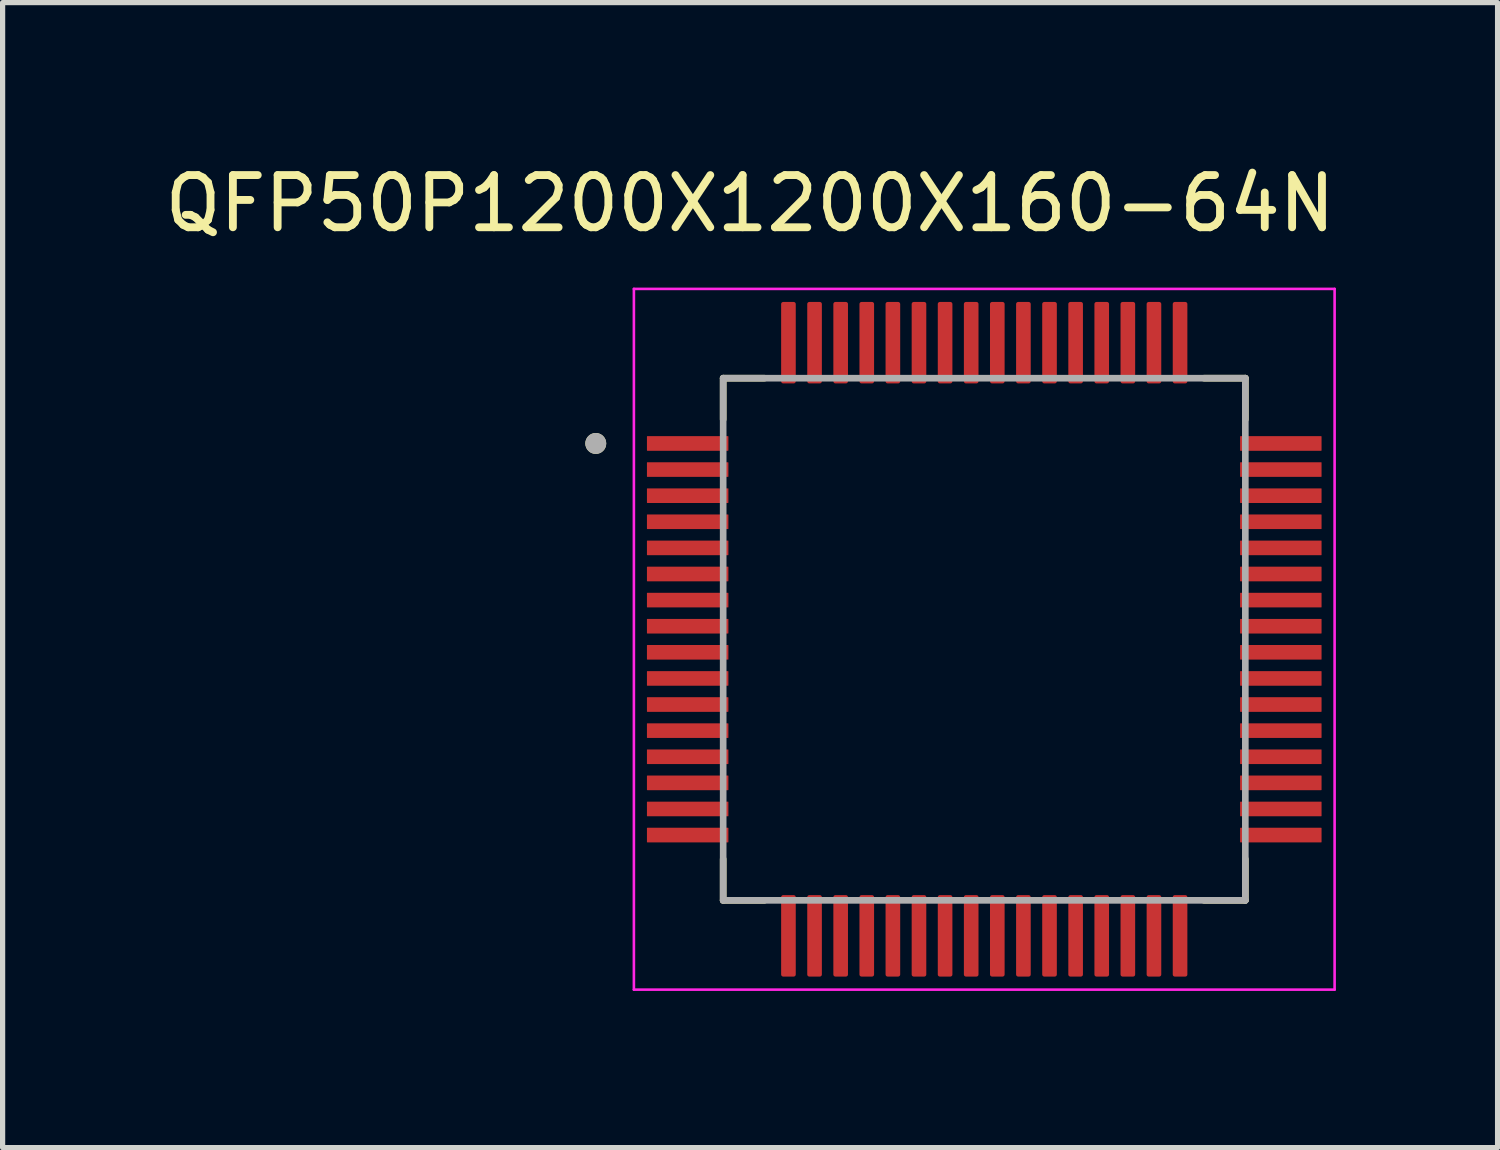
<source format=kicad_pcb>
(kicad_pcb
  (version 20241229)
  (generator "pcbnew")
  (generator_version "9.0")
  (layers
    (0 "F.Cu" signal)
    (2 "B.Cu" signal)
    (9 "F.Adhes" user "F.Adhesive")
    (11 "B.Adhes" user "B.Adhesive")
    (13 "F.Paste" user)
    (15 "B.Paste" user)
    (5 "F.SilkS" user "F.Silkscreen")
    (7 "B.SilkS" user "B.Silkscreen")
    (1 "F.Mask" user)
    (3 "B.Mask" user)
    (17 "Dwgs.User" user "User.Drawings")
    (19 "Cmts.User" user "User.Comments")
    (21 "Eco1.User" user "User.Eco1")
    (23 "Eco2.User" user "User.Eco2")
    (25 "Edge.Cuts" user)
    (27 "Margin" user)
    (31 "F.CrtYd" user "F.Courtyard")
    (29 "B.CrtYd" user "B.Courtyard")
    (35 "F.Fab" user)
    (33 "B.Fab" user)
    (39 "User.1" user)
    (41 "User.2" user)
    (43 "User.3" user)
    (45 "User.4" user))
  (footprint "QFP50P1200X1200X160-64N"
    (layer "F.Cu")
    (at 15.8 9.193)
    (property "Reference" "QFP50P1200X1200X160-64N" (at -4.485 -8.345 0) (layer "F.SilkS") (effects (font (size 1 1) (thickness 0.15))))
    (attr smd)
    (fp_line (start -5 -5) (end -5 -4.21) (stroke (width 0.127) (type solid)) (layer "F.SilkS"))
    (fp_line (start -5 -5) (end -4.21 -5) (stroke (width 0.127) (type solid)) (layer "F.SilkS"))
    (fp_line (start -5 5) (end -5 4.21) (stroke (width 0.127) (type solid)) (layer "F.SilkS"))
    (fp_line (start -5 5) (end -4.21 5) (stroke (width 0.127) (type solid)) (layer "F.SilkS"))
    (fp_line (start 5 -5) (end 4.21 -5) (stroke (width 0.127) (type solid)) (layer "F.SilkS"))
    (fp_line (start 5 -5) (end 5 -4.21) (stroke (width 0.127) (type solid)) (layer "F.SilkS"))
    (fp_line (start 5 5) (end 4.21 5) (stroke (width 0.127) (type solid)) (layer "F.SilkS"))
    (fp_line (start 5 5) (end 5 4.21) (stroke (width 0.127) (type solid)) (layer "F.SilkS"))
    (fp_circle (center -7.44 -3.75) (end -7.34 -3.75) (stroke (width 0.2) (type solid)) (fill no) (layer "F.SilkS"))
    (fp_line (start -6.71 -6.71) (end 6.71 -6.71) (stroke (width 0.05) (type solid)) (layer "F.CrtYd"))
    (fp_line (start -6.71 6.71) (end -6.71 -6.71) (stroke (width 0.05) (type solid)) (layer "F.CrtYd"))
    (fp_line (start -6.71 6.71) (end 6.71 6.71) (stroke (width 0.05) (type solid)) (layer "F.CrtYd"))
    (fp_line (start 6.71 6.71) (end 6.71 -6.71) (stroke (width 0.05) (type solid)) (layer "F.CrtYd"))
    (fp_line (start -5 5) (end -5 -5) (stroke (width 0.127) (type solid)) (layer "F.Fab"))
    (fp_line (start 5 -5) (end -5 -5) (stroke (width 0.127) (type solid)) (layer "F.Fab"))
    (fp_line (start 5 5) (end -5 5) (stroke (width 0.127) (type solid)) (layer "F.Fab"))
    (fp_line (start 5 5) (end 5 -5) (stroke (width 0.127) (type solid)) (layer "F.Fab"))
    (fp_circle (center -7.44 -3.75) (end -7.34 -3.75) (stroke (width 0.2) (type solid)) (fill no) (layer "F.Fab"))
    (pad "1" smd roundrect (at -5.68 -3.75) (size 1.56 0.28) (layers "F.Cu" "F.Mask" "F.Paste") (roundrect_rratio 0.03))
    (pad "2" smd roundrect (at -5.68 -3.25) (size 1.56 0.28) (layers "F.Cu" "F.Mask" "F.Paste") (roundrect_rratio 0.03))
    (pad "3" smd roundrect (at -5.68 -2.75) (size 1.56 0.28) (layers "F.Cu" "F.Mask" "F.Paste") (roundrect_rratio 0.03))
    (pad "4" smd roundrect (at -5.68 -2.25) (size 1.56 0.28) (layers "F.Cu" "F.Mask" "F.Paste") (roundrect_rratio 0.03))
    (pad "5" smd roundrect (at -5.68 -1.75) (size 1.56 0.28) (layers "F.Cu" "F.Mask" "F.Paste") (roundrect_rratio 0.03))
    (pad "6" smd roundrect (at -5.68 -1.25) (size 1.56 0.28) (layers "F.Cu" "F.Mask" "F.Paste") (roundrect_rratio 0.03))
    (pad "7" smd roundrect (at -5.68 -0.75) (size 1.56 0.28) (layers "F.Cu" "F.Mask" "F.Paste") (roundrect_rratio 0.03))
    (pad "8" smd roundrect (at -5.68 -0.25) (size 1.56 0.28) (layers "F.Cu" "F.Mask" "F.Paste") (roundrect_rratio 0.03))
    (pad "9" smd roundrect (at -5.68 0.25) (size 1.56 0.28) (layers "F.Cu" "F.Mask" "F.Paste") (roundrect_rratio 0.03))
    (pad "10" smd roundrect (at -5.68 0.75) (size 1.56 0.28) (layers "F.Cu" "F.Mask" "F.Paste") (roundrect_rratio 0.03))
    (pad "11" smd roundrect (at -5.68 1.25) (size 1.56 0.28) (layers "F.Cu" "F.Mask" "F.Paste") (roundrect_rratio 0.03))
    (pad "12" smd roundrect (at -5.68 1.75) (size 1.56 0.28) (layers "F.Cu" "F.Mask" "F.Paste") (roundrect_rratio 0.03))
    (pad "13" smd roundrect (at -5.68 2.25) (size 1.56 0.28) (layers "F.Cu" "F.Mask" "F.Paste") (roundrect_rratio 0.03))
    (pad "14" smd roundrect (at -5.68 2.75) (size 1.56 0.28) (layers "F.Cu" "F.Mask" "F.Paste") (roundrect_rratio 0.03))
    (pad "15" smd roundrect (at -5.68 3.25) (size 1.56 0.28) (layers "F.Cu" "F.Mask" "F.Paste") (roundrect_rratio 0.03))
    (pad "16" smd roundrect (at -5.68 3.75) (size 1.56 0.28) (layers "F.Cu" "F.Mask" "F.Paste") (roundrect_rratio 0.03))
    (pad "17" smd roundrect (at -3.75 5.68) (size 0.28 1.56) (layers "F.Cu" "F.Mask" "F.Paste") (roundrect_rratio 0.14))
    (pad "18" smd roundrect (at -3.25 5.68) (size 0.28 1.56) (layers "F.Cu" "F.Mask" "F.Paste") (roundrect_rratio 0.14))
    (pad "19" smd roundrect (at -2.75 5.68) (size 0.28 1.56) (layers "F.Cu" "F.Mask" "F.Paste") (roundrect_rratio 0.14))
    (pad "20" smd roundrect (at -2.25 5.68) (size 0.28 1.56) (layers "F.Cu" "F.Mask" "F.Paste") (roundrect_rratio 0.14))
    (pad "21" smd roundrect (at -1.75 5.68) (size 0.28 1.56) (layers "F.Cu" "F.Mask" "F.Paste") (roundrect_rratio 0.14))
    (pad "22" smd roundrect (at -1.25 5.68) (size 0.28 1.56) (layers "F.Cu" "F.Mask" "F.Paste") (roundrect_rratio 0.14))
    (pad "23" smd roundrect (at -0.75 5.68) (size 0.28 1.56) (layers "F.Cu" "F.Mask" "F.Paste") (roundrect_rratio 0.14))
    (pad "24" smd roundrect (at -0.25 5.68) (size 0.28 1.56) (layers "F.Cu" "F.Mask" "F.Paste") (roundrect_rratio 0.14))
    (pad "25" smd roundrect (at 0.25 5.68) (size 0.28 1.56) (layers "F.Cu" "F.Mask" "F.Paste") (roundrect_rratio 0.14))
    (pad "26" smd roundrect (at 0.75 5.68) (size 0.28 1.56) (layers "F.Cu" "F.Mask" "F.Paste") (roundrect_rratio 0.14))
    (pad "27" smd roundrect (at 1.25 5.68) (size 0.28 1.56) (layers "F.Cu" "F.Mask" "F.Paste") (roundrect_rratio 0.14))
    (pad "28" smd roundrect (at 1.75 5.68) (size 0.28 1.56) (layers "F.Cu" "F.Mask" "F.Paste") (roundrect_rratio 0.14))
    (pad "29" smd roundrect (at 2.25 5.68) (size 0.28 1.56) (layers "F.Cu" "F.Mask" "F.Paste") (roundrect_rratio 0.14))
    (pad "30" smd roundrect (at 2.75 5.68) (size 0.28 1.56) (layers "F.Cu" "F.Mask" "F.Paste") (roundrect_rratio 0.14))
    (pad "31" smd roundrect (at 3.25 5.68) (size 0.28 1.56) (layers "F.Cu" "F.Mask" "F.Paste") (roundrect_rratio 0.14))
    (pad "32" smd roundrect (at 3.75 5.68) (size 0.28 1.56) (layers "F.Cu" "F.Mask" "F.Paste") (roundrect_rratio 0.14))
    (pad "33" smd roundrect (at 5.68 3.75) (size 1.56 0.28) (layers "F.Cu" "F.Mask" "F.Paste") (roundrect_rratio 0.03))
    (pad "34" smd roundrect (at 5.68 3.25) (size 1.56 0.28) (layers "F.Cu" "F.Mask" "F.Paste") (roundrect_rratio 0.03))
    (pad "35" smd roundrect (at 5.68 2.75) (size 1.56 0.28) (layers "F.Cu" "F.Mask" "F.Paste") (roundrect_rratio 0.03))
    (pad "36" smd roundrect (at 5.68 2.25) (size 1.56 0.28) (layers "F.Cu" "F.Mask" "F.Paste") (roundrect_rratio 0.03))
    (pad "37" smd roundrect (at 5.68 1.75) (size 1.56 0.28) (layers "F.Cu" "F.Mask" "F.Paste") (roundrect_rratio 0.03))
    (pad "38" smd roundrect (at 5.68 1.25) (size 1.56 0.28) (layers "F.Cu" "F.Mask" "F.Paste") (roundrect_rratio 0.03))
    (pad "39" smd roundrect (at 5.68 0.75) (size 1.56 0.28) (layers "F.Cu" "F.Mask" "F.Paste") (roundrect_rratio 0.03))
    (pad "40" smd roundrect (at 5.68 0.25) (size 1.56 0.28) (layers "F.Cu" "F.Mask" "F.Paste") (roundrect_rratio 0.03))
    (pad "41" smd roundrect (at 5.68 -0.25) (size 1.56 0.28) (layers "F.Cu" "F.Mask" "F.Paste") (roundrect_rratio 0.03))
    (pad "42" smd roundrect (at 5.68 -0.75) (size 1.56 0.28) (layers "F.Cu" "F.Mask" "F.Paste") (roundrect_rratio 0.03))
    (pad "43" smd roundrect (at 5.68 -1.25) (size 1.56 0.28) (layers "F.Cu" "F.Mask" "F.Paste") (roundrect_rratio 0.03))
    (pad "44" smd roundrect (at 5.68 -1.75) (size 1.56 0.28) (layers "F.Cu" "F.Mask" "F.Paste") (roundrect_rratio 0.03))
    (pad "45" smd roundrect (at 5.68 -2.25) (size 1.56 0.28) (layers "F.Cu" "F.Mask" "F.Paste") (roundrect_rratio 0.03))
    (pad "46" smd roundrect (at 5.68 -2.75) (size 1.56 0.28) (layers "F.Cu" "F.Mask" "F.Paste") (roundrect_rratio 0.03))
    (pad "47" smd roundrect (at 5.68 -3.25) (size 1.56 0.28) (layers "F.Cu" "F.Mask" "F.Paste") (roundrect_rratio 0.03))
    (pad "48" smd roundrect (at 5.68 -3.75) (size 1.56 0.28) (layers "F.Cu" "F.Mask" "F.Paste") (roundrect_rratio 0.03))
    (pad "49" smd roundrect (at 3.75 -5.68) (size 0.28 1.56) (layers "F.Cu" "F.Mask" "F.Paste") (roundrect_rratio 0.14))
    (pad "50" smd roundrect (at 3.25 -5.68) (size 0.28 1.56) (layers "F.Cu" "F.Mask" "F.Paste") (roundrect_rratio 0.14))
    (pad "51" smd roundrect (at 2.75 -5.68) (size 0.28 1.56) (layers "F.Cu" "F.Mask" "F.Paste") (roundrect_rratio 0.14))
    (pad "52" smd roundrect (at 2.25 -5.68) (size 0.28 1.56) (layers "F.Cu" "F.Mask" "F.Paste") (roundrect_rratio 0.14))
    (pad "53" smd roundrect (at 1.75 -5.68) (size 0.28 1.56) (layers "F.Cu" "F.Mask" "F.Paste") (roundrect_rratio 0.14))
    (pad "54" smd roundrect (at 1.25 -5.68) (size 0.28 1.56) (layers "F.Cu" "F.Mask" "F.Paste") (roundrect_rratio 0.14))
    (pad "55" smd roundrect (at 0.75 -5.68) (size 0.28 1.56) (layers "F.Cu" "F.Mask" "F.Paste") (roundrect_rratio 0.14))
    (pad "56" smd roundrect (at 0.25 -5.68) (size 0.28 1.56) (layers "F.Cu" "F.Mask" "F.Paste") (roundrect_rratio 0.14))
    (pad "57" smd roundrect (at -0.25 -5.68) (size 0.28 1.56) (layers "F.Cu" "F.Mask" "F.Paste") (roundrect_rratio 0.14))
    (pad "58" smd roundrect (at -0.75 -5.68) (size 0.28 1.56) (layers "F.Cu" "F.Mask" "F.Paste") (roundrect_rratio 0.14))
    (pad "59" smd roundrect (at -1.25 -5.68) (size 0.28 1.56) (layers "F.Cu" "F.Mask" "F.Paste") (roundrect_rratio 0.14))
    (pad "60" smd roundrect (at -1.75 -5.68) (size 0.28 1.56) (layers "F.Cu" "F.Mask" "F.Paste") (roundrect_rratio 0.14))
    (pad "61" smd roundrect (at -2.25 -5.68) (size 0.28 1.56) (layers "F.Cu" "F.Mask" "F.Paste") (roundrect_rratio 0.14))
    (pad "62" smd roundrect (at -2.75 -5.68) (size 0.28 1.56) (layers "F.Cu" "F.Mask" "F.Paste") (roundrect_rratio 0.14))
    (pad "63" smd roundrect (at -3.25 -5.68) (size 0.28 1.56) (layers "F.Cu" "F.Mask" "F.Paste") (roundrect_rratio 0.14))
    (pad "64" smd roundrect (at -3.75 -5.68) (size 0.28 1.56) (layers "F.Cu" "F.Mask" "F.Paste") (roundrect_rratio 0.14)))
  (gr_rect
    (start -3 -3)
    (end 25.631 18.928)
    (stroke (width 0.1) (type default))
    (fill no)
    (layer "Edge.Cuts")))
</source>
